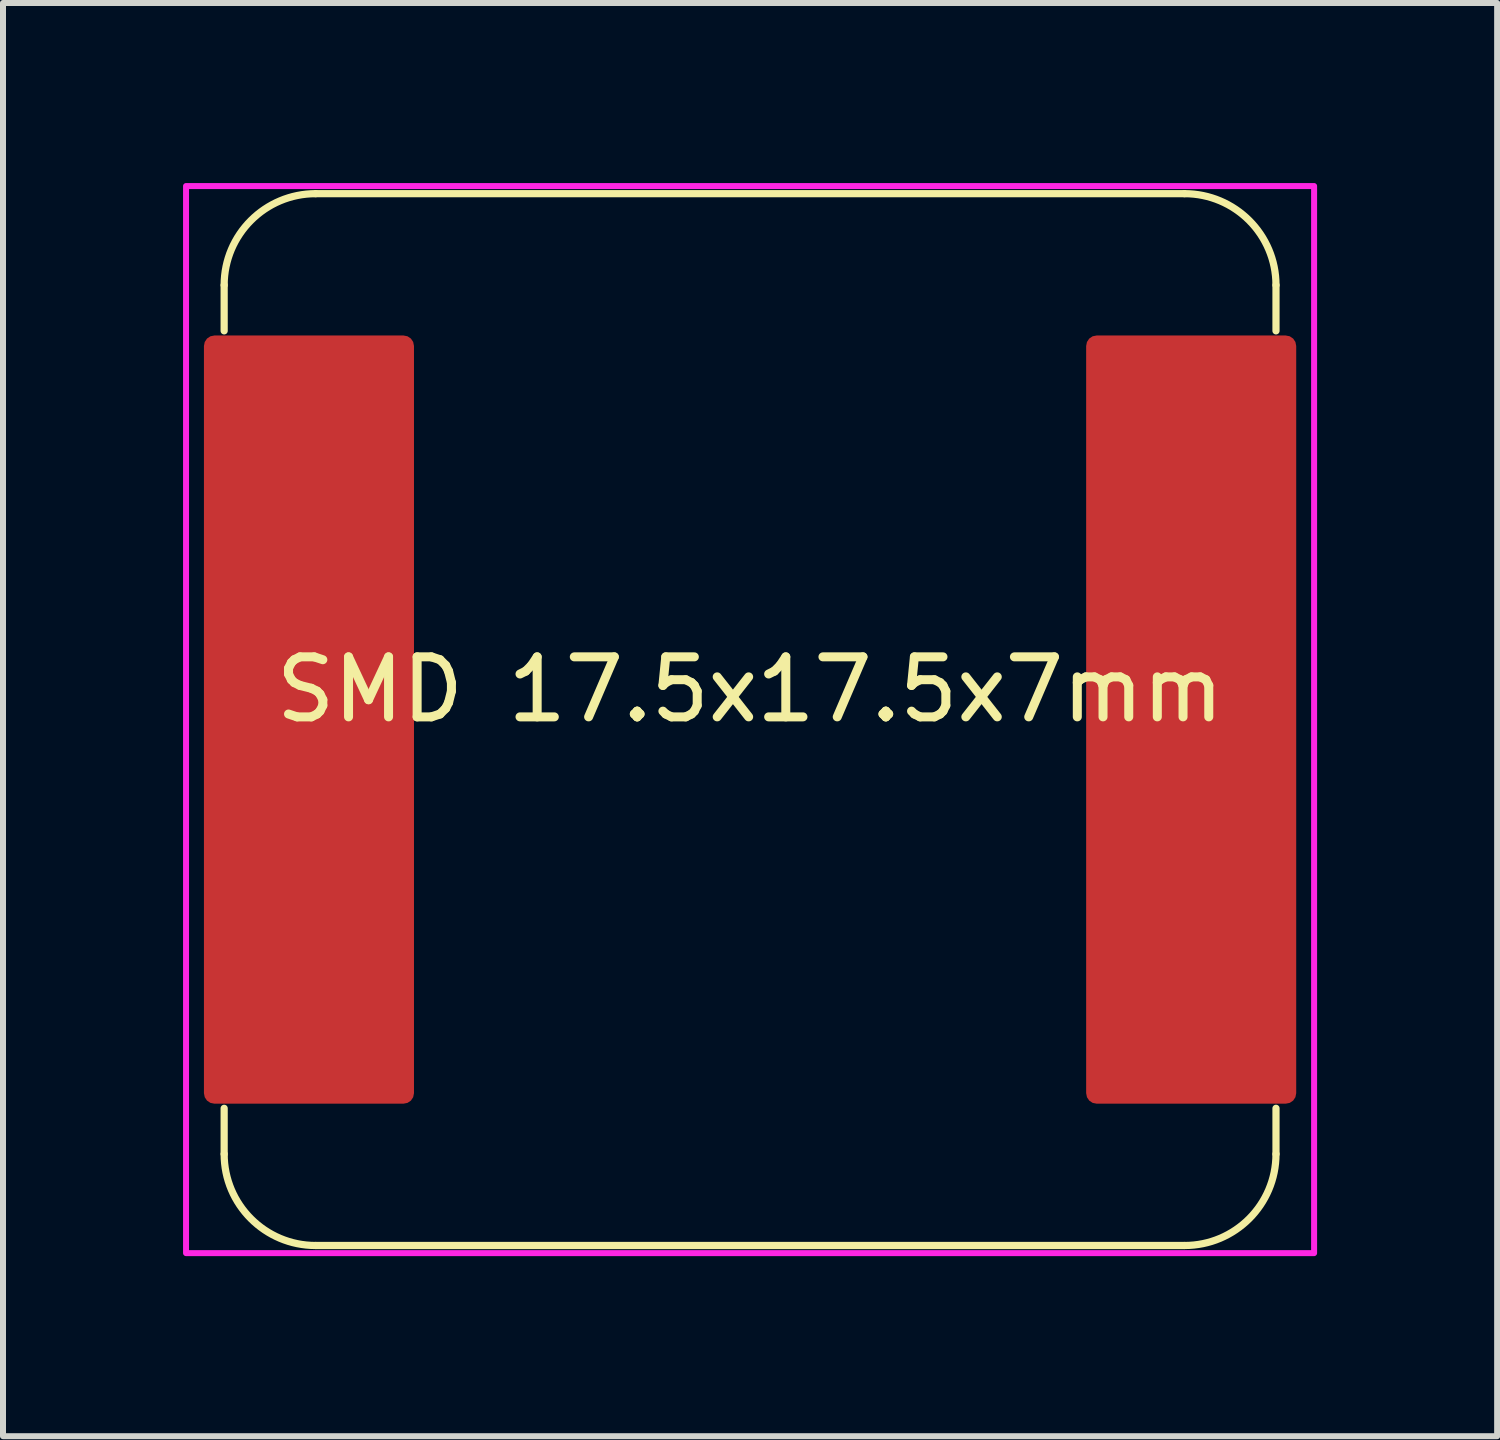
<source format=kicad_pcb>
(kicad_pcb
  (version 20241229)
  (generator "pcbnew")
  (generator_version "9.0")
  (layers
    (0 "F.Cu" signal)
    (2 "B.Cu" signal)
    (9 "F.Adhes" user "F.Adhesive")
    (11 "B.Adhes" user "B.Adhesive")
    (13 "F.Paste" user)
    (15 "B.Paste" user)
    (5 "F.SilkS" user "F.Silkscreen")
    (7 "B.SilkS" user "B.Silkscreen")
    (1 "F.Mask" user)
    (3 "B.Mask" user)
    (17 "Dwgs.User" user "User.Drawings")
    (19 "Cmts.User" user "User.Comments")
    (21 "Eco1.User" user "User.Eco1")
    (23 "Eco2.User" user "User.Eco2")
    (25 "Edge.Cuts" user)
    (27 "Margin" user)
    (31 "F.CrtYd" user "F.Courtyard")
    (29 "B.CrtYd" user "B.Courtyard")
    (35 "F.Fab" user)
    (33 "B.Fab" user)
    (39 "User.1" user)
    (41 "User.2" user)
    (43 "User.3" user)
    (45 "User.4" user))
  (footprint "SMD 17.5x17.5x7mm"
    (layer "F.Cu")
    (at 9.448 8.94)
    (property "Reference" "SMD 17.5x17.5x7mm" (at 0 -0.5 0) (unlocked yes) (layer "F.SilkS") (effects (font (size 1 1) (thickness 0.15))))
    (attr smd)
    (fp_line (start -8.763 -7.239) (end -8.763 -6.477) (stroke (width 0.12) (type default)) (layer "F.SilkS"))
    (fp_line (start -8.763 6.477) (end -8.763 7.239) (stroke (width 0.12) (type default)) (layer "F.SilkS"))
    (fp_line (start -7.239 8.763) (end 7.239 8.763) (stroke (width 0.12) (type default)) (layer "F.SilkS"))
    (fp_line (start 7.239 -8.763) (end -7.239 -8.763) (stroke (width 0.12) (type default)) (layer "F.SilkS"))
    (fp_line (start 8.763 -7.239) (end 8.763 -6.477) (stroke (width 0.12) (type default)) (layer "F.SilkS"))
    (fp_line (start 8.763 6.477) (end 8.763 7.239) (stroke (width 0.12) (type default)) (layer "F.SilkS"))
    (fp_arc (start -8.763 -7.239) (mid -8.316631 -8.316631) (end -7.239 -8.763) (stroke (width 0.12) (type default)) (layer "F.SilkS"))
    (fp_arc (start -7.239 8.763) (mid -8.316631 8.316631) (end -8.763 7.239) (stroke (width 0.12) (type default)) (layer "F.SilkS"))
    (fp_arc (start 7.239 -8.763) (mid 8.316631 -8.316631) (end 8.763 -7.239) (stroke (width 0.12) (type default)) (layer "F.SilkS"))
    (fp_arc (start 8.763 7.239) (mid 8.316631 8.316631) (end 7.239 8.763) (stroke (width 0.12) (type default)) (layer "F.SilkS"))
    (fp_rect (start -9.398 -8.89) (end 9.398 8.89) (stroke (width 0.1) (type default)) (fill no) (layer "F.CrtYd"))
    (pad "1" smd roundrect (at -7.35 0) (size 3.5 12.8) (layers "F.Cu" "F.Mask" "F.Paste") (roundrect_rratio 0.05))
    (pad "2" smd roundrect (at 7.35 0) (size 3.5 12.8) (layers "F.Cu" "F.Mask" "F.Paste") (roundrect_rratio 0.05)))
  (gr_rect
    (start -3 -3)
    (end 21.896 20.88)
    (stroke (width 0.1) (type default))
    (fill no)
    (layer "Edge.Cuts")))
</source>
